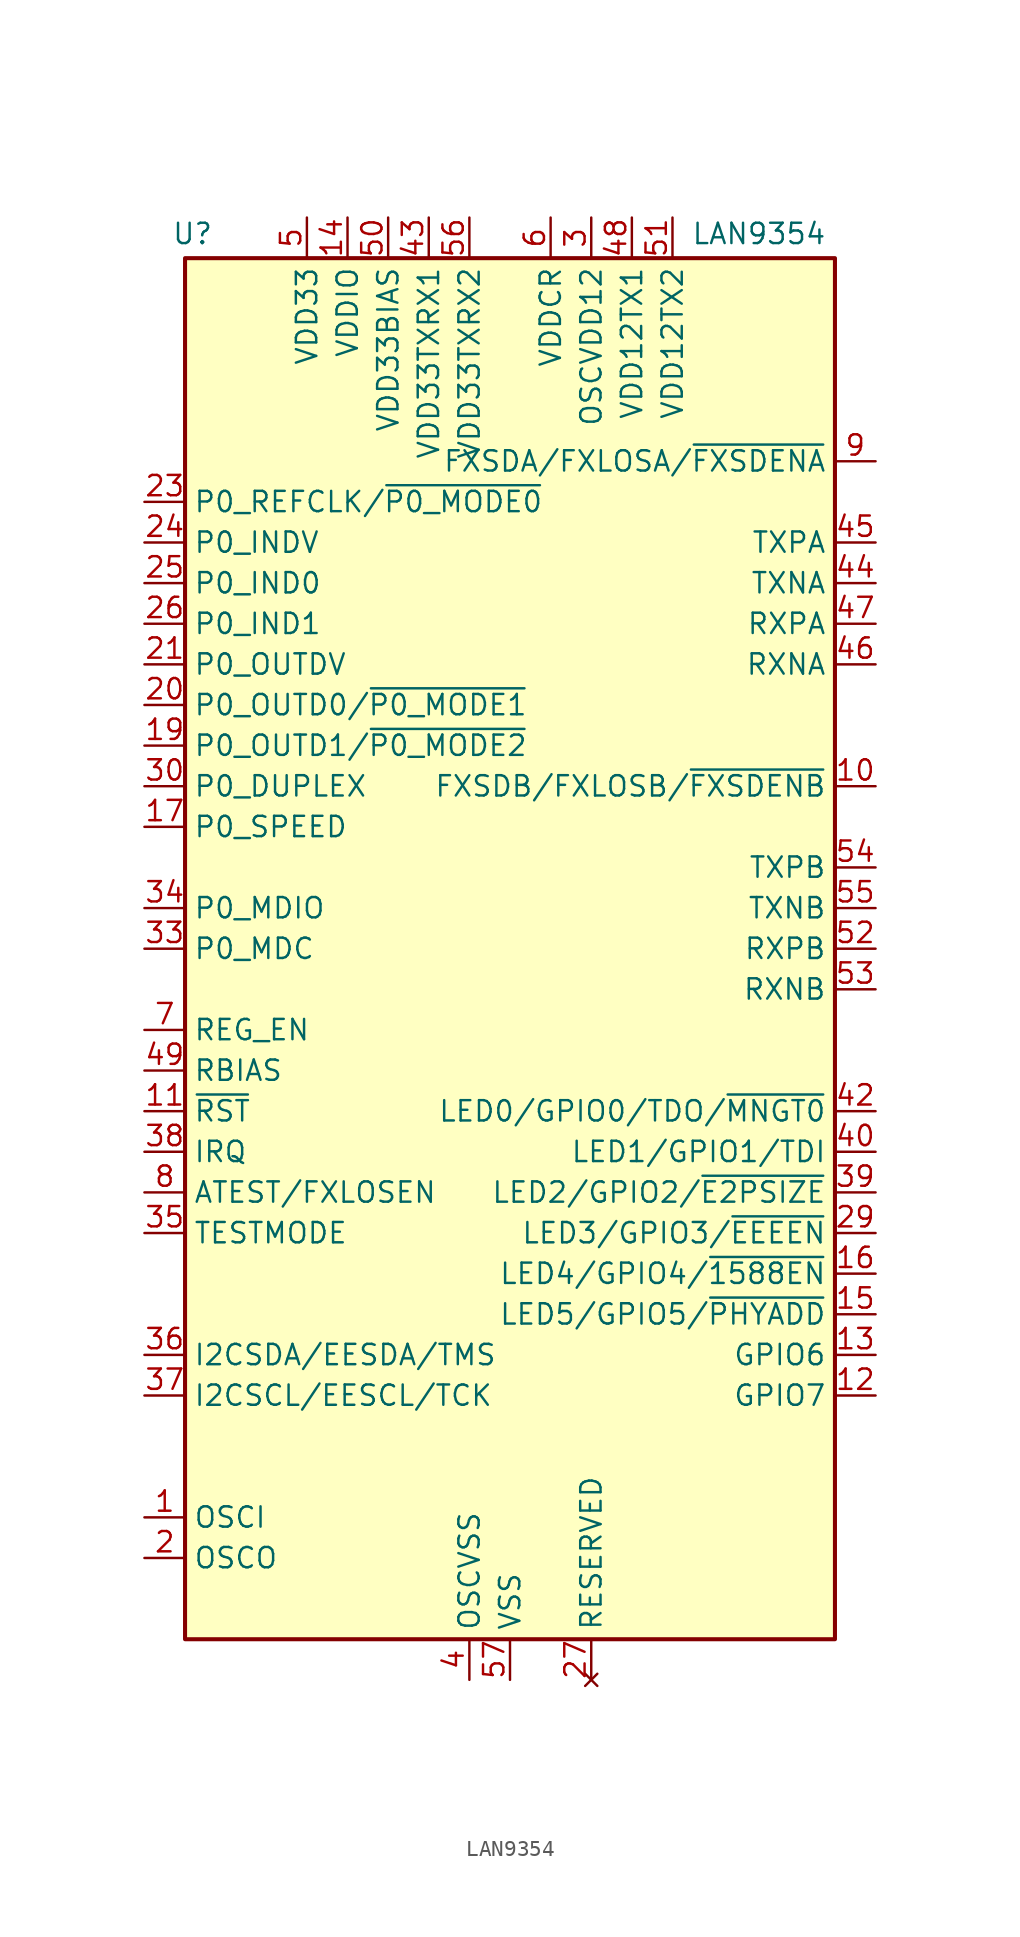
<source format=kicad_sym>
(kicad_symbol_lib
  (version 20231120)
  (generator "kicad_symbol_editor")
  (generator_version "8.0")
  (symbol "LAN9354"
    (property "Reference" "U"
      (at -18.542 44.704 0)
      (effects (font (size 1.27 1.27)) (justify right)))
    (property "Value" "LAN9354"
      (at 19.812 44.704 0)
      (effects (font (size 1.27 1.27)) (justify right)))
    (symbol "LAN9354_0_1"
      (rectangle (start -20.32 43.18) (end 20.32 -43.18) (stroke (width 0.254) (type default)) (fill (type background))))
    (symbol "LAN9354_1_1"
      (pin input line (at -22.86 -35.56 0) (length 2.54) (name "OSCI" (effects (font (size 1.27 1.27)))) (number "1" (effects (font (size 1.27 1.27)))))
      (pin passive line (at 22.86 10.16 180) (length 2.54) (name "FXSDB/FXLOSB/~{FXSDENB}" (effects (font (size 1.27 1.27)))) (number "10" (effects (font (size 1.27 1.27)))))
      (pin passive line (at -22.86 -10.16 0) (length 2.54) (name "~{RST}" (effects (font (size 1.27 1.27)))) (number "11" (effects (font (size 1.27 1.27)))))
      (pin passive line (at 22.86 -27.94 180) (length 2.54) (name "GPIO7" (effects (font (size 1.27 1.27)))) (number "12" (effects (font (size 1.27 1.27)))))
      (pin passive line (at 22.86 -25.4 180) (length 2.54) (name "GPIO6" (effects (font (size 1.27 1.27)))) (number "13" (effects (font (size 1.27 1.27)))))
      (pin power_in line (at -10.16 45.72 270) (length 2.54) (name "VDDIO" (effects (font (size 1.27 1.27)))) (number "14" (effects (font (size 1.27 1.27)))))
      (pin passive line (at 22.86 -22.86 180) (length 2.54) (name "LED5/GPIO5/~{PHYADD}" (effects (font (size 1.27 1.27)))) (number "15" (effects (font (size 1.27 1.27)))))
      (pin passive line (at 22.86 -20.32 180) (length 2.54) (name "LED4/GPIO4/~{1588EN}" (effects (font (size 1.27 1.27)))) (number "16" (effects (font (size 1.27 1.27)))))
      (pin passive line (at -22.86 7.62 0) (length 2.54) (name "P0_SPEED" (effects (font (size 1.27 1.27)))) (number "17" (effects (font (size 1.27 1.27)))))
      (pin passive line (at -10.16 45.72 270) (length 2.54) hide (name "VDDIO" (effects (font (size 1.27 1.27)))) (number "18" (effects (font (size 1.27 1.27)))))
      (pin bidirectional line (at -22.86 12.7 0) (length 2.54) (name "P0_OUTD1/~{P0_MODE2}" (effects (font (size 1.27 1.27)))) (number "19" (effects (font (size 1.27 1.27)))))
      (pin passive line (at -22.86 -38.1 0) (length 2.54) (name "OSCO" (effects (font (size 1.27 1.27)))) (number "2" (effects (font (size 1.27 1.27)))))
      (pin bidirectional line (at -22.86 15.24 0) (length 2.54) (name "P0_OUTD0/~{P0_MODE1}" (effects (font (size 1.27 1.27)))) (number "20" (effects (font (size 1.27 1.27)))))
      (pin output line (at -22.86 17.78 0) (length 2.54) (name "P0_OUTDV" (effects (font (size 1.27 1.27)))) (number "21" (effects (font (size 1.27 1.27)))))
      (pin passive line (at 2.54 45.72 270) (length 2.54) hide (name "VDDCR" (effects (font (size 1.27 1.27)))) (number "22" (effects (font (size 1.27 1.27)))))
      (pin passive line (at -22.86 27.94 0) (length 2.54) (name "P0_REFCLK/~{P0_MODE0}" (effects (font (size 1.27 1.27)))) (number "23" (effects (font (size 1.27 1.27)))))
      (pin input line (at -22.86 25.4 0) (length 2.54) (name "P0_INDV" (effects (font (size 1.27 1.27)))) (number "24" (effects (font (size 1.27 1.27)))))
      (pin input line (at -22.86 22.86 0) (length 2.54) (name "P0_IND0" (effects (font (size 1.27 1.27)))) (number "25" (effects (font (size 1.27 1.27)))))
      (pin input line (at -22.86 20.32 0) (length 2.54) (name "P0_IND1" (effects (font (size 1.27 1.27)))) (number "26" (effects (font (size 1.27 1.27)))))
      (pin no_connect line (at 5.08 -45.72 90) (length 2.54) (name "RESERVED" (effects (font (size 1.27 1.27)))) (number "27" (effects (font (size 1.27 1.27)))))
      (pin passive line (at -10.16 45.72 270) (length 2.54) hide (name "VDDIO" (effects (font (size 1.27 1.27)))) (number "28" (effects (font (size 1.27 1.27)))))
      (pin passive line (at 22.86 -17.78 180) (length 2.54) (name "LED3/GPIO3/~{EEEEN}" (effects (font (size 1.27 1.27)))) (number "29" (effects (font (size 1.27 1.27)))))
      (pin power_in line (at 5.08 45.72 270) (length 2.54) (name "OSCVDD12" (effects (font (size 1.27 1.27)))) (number "3" (effects (font (size 1.27 1.27)))))
      (pin passive line (at -22.86 10.16 0) (length 2.54) (name "P0_DUPLEX" (effects (font (size 1.27 1.27)))) (number "30" (effects (font (size 1.27 1.27)))))
      (pin passive line (at -10.16 45.72 270) (length 2.54) hide (name "VDDIO" (effects (font (size 1.27 1.27)))) (number "31" (effects (font (size 1.27 1.27)))))
      (pin passive line (at 2.54 45.72 270) (length 2.54) hide (name "VDDCR" (effects (font (size 1.27 1.27)))) (number "32" (effects (font (size 1.27 1.27)))))
      (pin bidirectional line (at -22.86 0 0) (length 2.54) (name "P0_MDC" (effects (font (size 1.27 1.27)))) (number "33" (effects (font (size 1.27 1.27)))))
      (pin bidirectional line (at -22.86 2.54 0) (length 2.54) (name "P0_MDIO" (effects (font (size 1.27 1.27)))) (number "34" (effects (font (size 1.27 1.27)))))
      (pin passive line (at -22.86 -17.78 0) (length 2.54) (name "TESTMODE" (effects (font (size 1.27 1.27)))) (number "35" (effects (font (size 1.27 1.27)))))
      (pin bidirectional line (at -22.86 -25.4 0) (length 2.54) (name "I2CSDA/EESDA/TMS" (effects (font (size 1.27 1.27)))) (number "36" (effects (font (size 1.27 1.27)))))
      (pin bidirectional line (at -22.86 -27.94 0) (length 2.54) (name "I2CSCL/EESCL/TCK" (effects (font (size 1.27 1.27)))) (number "37" (effects (font (size 1.27 1.27)))))
      (pin passive line (at -22.86 -12.7 0) (length 2.54) (name "IRQ" (effects (font (size 1.27 1.27)))) (number "38" (effects (font (size 1.27 1.27)))))
      (pin passive line (at 22.86 -15.24 180) (length 2.54) (name "LED2/GPIO2/~{E2PSIZE}" (effects (font (size 1.27 1.27)))) (number "39" (effects (font (size 1.27 1.27)))))
      (pin power_in line (at -2.54 -45.72 90) (length 2.54) (name "OSCVSS" (effects (font (size 1.27 1.27)))) (number "4" (effects (font (size 1.27 1.27)))))
      (pin passive line (at 22.86 -12.7 180) (length 2.54) (name "LED1/GPIO1/TDI" (effects (font (size 1.27 1.27)))) (number "40" (effects (font (size 1.27 1.27)))))
      (pin passive line (at -10.16 45.72 270) (length 2.54) hide (name "VDDIO" (effects (font (size 1.27 1.27)))) (number "41" (effects (font (size 1.27 1.27)))))
      (pin passive line (at 22.86 -10.16 180) (length 2.54) (name "LED0/GPIO0/TDO/~{MNGT0}" (effects (font (size 1.27 1.27)))) (number "42" (effects (font (size 1.27 1.27)))))
      (pin power_in line (at -5.08 45.72 270) (length 2.54) (name "VDD33TXRX1" (effects (font (size 1.27 1.27)))) (number "43" (effects (font (size 1.27 1.27)))))
      (pin bidirectional line (at 22.86 22.86 180) (length 2.54) (name "TXNA" (effects (font (size 1.27 1.27)))) (number "44" (effects (font (size 1.27 1.27)))))
      (pin bidirectional line (at 22.86 25.4 180) (length 2.54) (name "TXPA" (effects (font (size 1.27 1.27)))) (number "45" (effects (font (size 1.27 1.27)))))
      (pin bidirectional line (at 22.86 17.78 180) (length 2.54) (name "RXNA" (effects (font (size 1.27 1.27)))) (number "46" (effects (font (size 1.27 1.27)))))
      (pin bidirectional line (at 22.86 20.32 180) (length 2.54) (name "RXPA" (effects (font (size 1.27 1.27)))) (number "47" (effects (font (size 1.27 1.27)))))
      (pin power_in line (at 7.62 45.72 270) (length 2.54) (name "VDD12TX1" (effects (font (size 1.27 1.27)))) (number "48" (effects (font (size 1.27 1.27)))))
      (pin passive line (at -22.86 -7.62 0) (length 2.54) (name "RBIAS" (effects (font (size 1.27 1.27)))) (number "49" (effects (font (size 1.27 1.27)))))
      (pin power_in line (at -12.7 45.72 270) (length 2.54) (name "VDD33" (effects (font (size 1.27 1.27)))) (number "5" (effects (font (size 1.27 1.27)))))
      (pin power_in line (at -7.62 45.72 270) (length 2.54) (name "VDD33BIAS" (effects (font (size 1.27 1.27)))) (number "50" (effects (font (size 1.27 1.27)))))
      (pin power_in line (at 10.16 45.72 270) (length 2.54) (name "VDD12TX2" (effects (font (size 1.27 1.27)))) (number "51" (effects (font (size 1.27 1.27)))))
      (pin bidirectional line (at 22.86 0 180) (length 2.54) (name "RXPB" (effects (font (size 1.27 1.27)))) (number "52" (effects (font (size 1.27 1.27)))))
      (pin bidirectional line (at 22.86 -2.54 180) (length 2.54) (name "RXNB" (effects (font (size 1.27 1.27)))) (number "53" (effects (font (size 1.27 1.27)))))
      (pin bidirectional line (at 22.86 5.08 180) (length 2.54) (name "TXPB" (effects (font (size 1.27 1.27)))) (number "54" (effects (font (size 1.27 1.27)))))
      (pin bidirectional line (at 22.86 2.54 180) (length 2.54) (name "TXNB" (effects (font (size 1.27 1.27)))) (number "55" (effects (font (size 1.27 1.27)))))
      (pin power_in line (at -2.54 45.72 270) (length 2.54) (name "VDD33TXRX2" (effects (font (size 1.27 1.27)))) (number "56" (effects (font (size 1.27 1.27)))))
      (pin power_in line (at 0 -45.72 90) (length 2.54) (name "VSS" (effects (font (size 1.27 1.27)))) (number "57" (effects (font (size 1.27 1.27)))))
      (pin power_in line (at 2.54 45.72 270) (length 2.54) (name "VDDCR" (effects (font (size 1.27 1.27)))) (number "6" (effects (font (size 1.27 1.27)))))
      (pin passive line (at -22.86 -5.08 0) (length 2.54) (name "REG_EN" (effects (font (size 1.27 1.27)))) (number "7" (effects (font (size 1.27 1.27)))))
      (pin passive line (at -22.86 -15.24 0) (length 2.54) (name "ATEST/FXLOSEN" (effects (font (size 1.27 1.27)))) (number "8" (effects (font (size 1.27 1.27)))))
      (pin passive line (at 22.86 30.48 180) (length 2.54) (name "FXSDA/FXLOSA/~{FXSDENA}" (effects (font (size 1.27 1.27)))) (number "9" (effects (font (size 1.27 1.27))))))))
</source>
